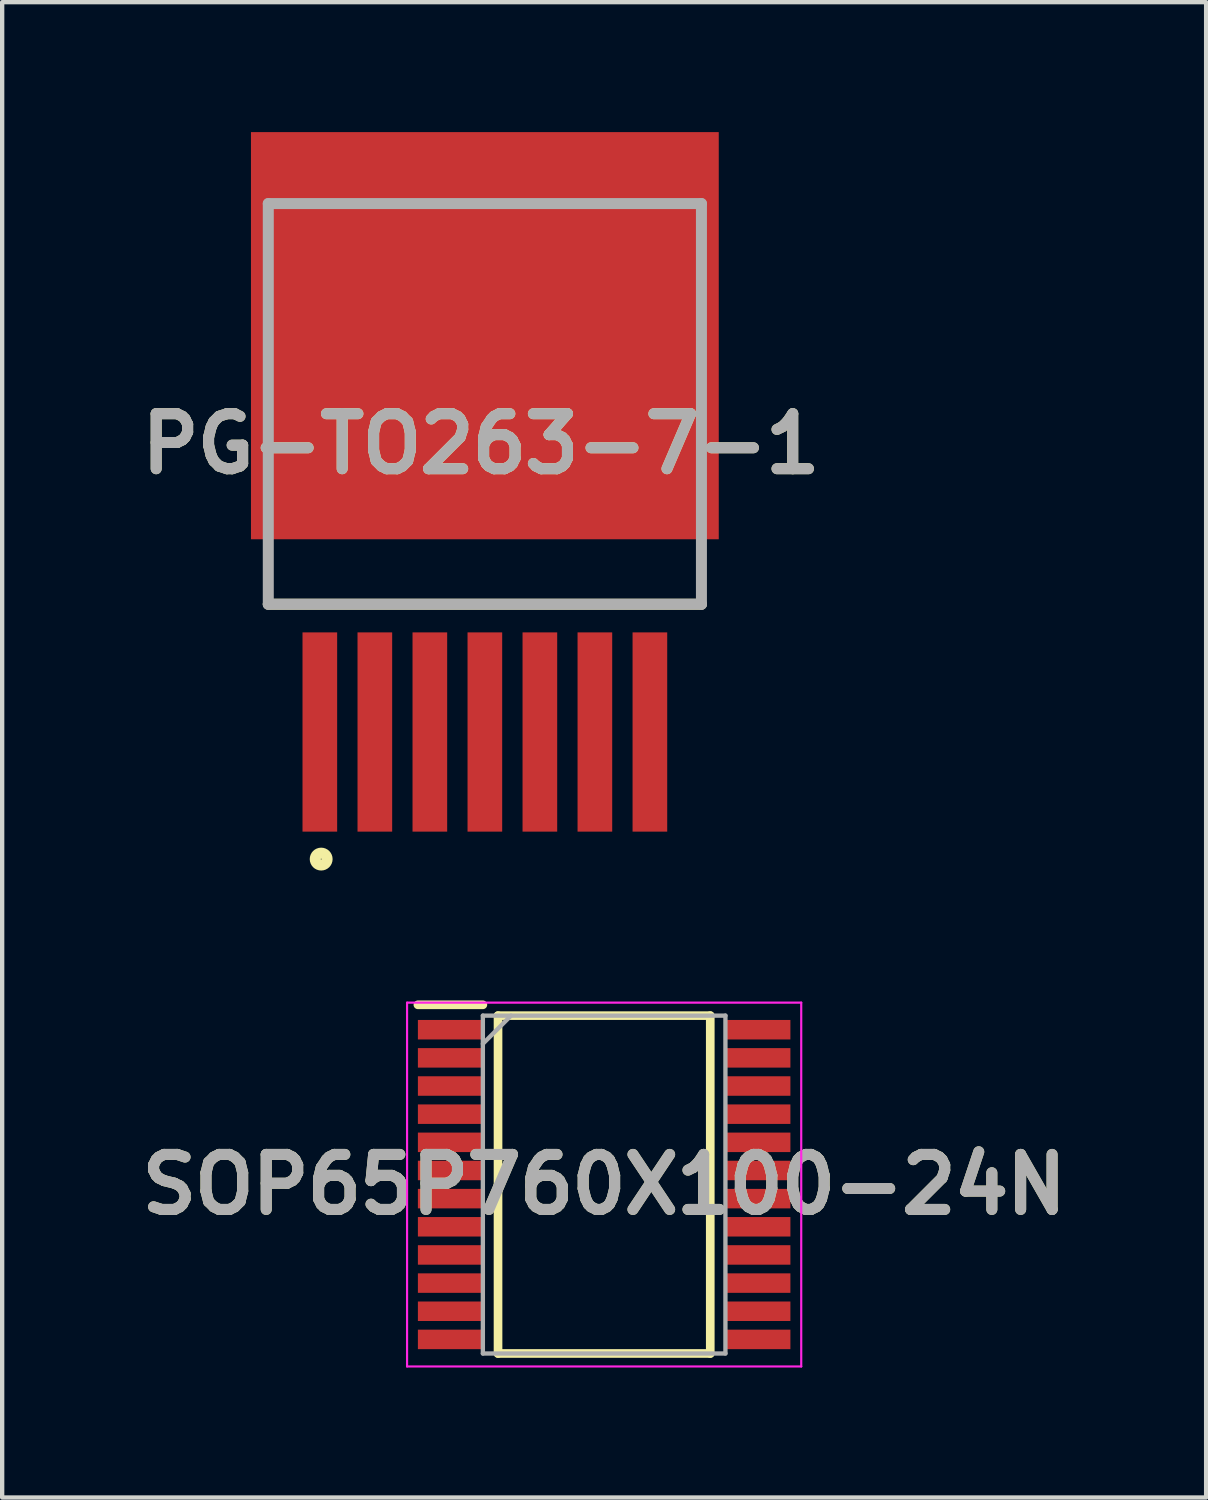
<source format=kicad_pcb>
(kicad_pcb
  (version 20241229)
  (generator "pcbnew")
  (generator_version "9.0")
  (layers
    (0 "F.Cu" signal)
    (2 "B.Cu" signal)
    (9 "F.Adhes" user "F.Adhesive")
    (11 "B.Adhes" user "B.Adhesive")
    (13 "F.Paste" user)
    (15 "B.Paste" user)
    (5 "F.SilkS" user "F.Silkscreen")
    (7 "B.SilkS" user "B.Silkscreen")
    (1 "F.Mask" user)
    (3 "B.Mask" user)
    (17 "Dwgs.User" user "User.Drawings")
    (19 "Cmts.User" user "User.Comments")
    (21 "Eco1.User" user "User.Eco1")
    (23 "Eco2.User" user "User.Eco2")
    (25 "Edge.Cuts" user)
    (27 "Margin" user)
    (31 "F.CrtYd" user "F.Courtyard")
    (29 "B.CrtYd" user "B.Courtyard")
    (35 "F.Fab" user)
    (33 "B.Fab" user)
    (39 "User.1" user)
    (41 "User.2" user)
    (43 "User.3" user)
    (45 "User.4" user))
  (footprint "SOP65P760X100-24N"
    (layer "F.Cu")
    (at 10.898 24.298)
    (property "Reference" "SOP65P760X100-24N" (at 0 0 0) (layer "F.SilkS") (effects (font (size 1.27 1.27) (thickness 0.254))))
    (attr smd)
    (fp_line (start -4.3 -4.15) (end -2.8 -4.15) (stroke (width 0.2) (type solid)) (layer "F.SilkS"))
    (fp_line (start -2.45 -3.9) (end 2.45 -3.9) (stroke (width 0.2) (type solid)) (layer "F.SilkS"))
    (fp_line (start -2.45 3.9) (end -2.45 -3.9) (stroke (width 0.2) (type solid)) (layer "F.SilkS"))
    (fp_line (start 2.45 -3.9) (end 2.45 3.9) (stroke (width 0.2) (type solid)) (layer "F.SilkS"))
    (fp_line (start 2.45 3.9) (end -2.45 3.9) (stroke (width 0.2) (type solid)) (layer "F.SilkS"))
    (fp_line (start -4.55 -4.2) (end 4.55 -4.2) (stroke (width 0.05) (type solid)) (layer "F.CrtYd"))
    (fp_line (start -4.55 4.2) (end -4.55 -4.2) (stroke (width 0.05) (type solid)) (layer "F.CrtYd"))
    (fp_line (start 4.55 -4.2) (end 4.55 4.2) (stroke (width 0.05) (type solid)) (layer "F.CrtYd"))
    (fp_line (start 4.55 4.2) (end -4.55 4.2) (stroke (width 0.05) (type solid)) (layer "F.CrtYd"))
    (fp_line (start -2.8 -3.9) (end 2.8 -3.9) (stroke (width 0.1) (type solid)) (layer "F.Fab"))
    (fp_line (start -2.8 -3.25) (end -2.15 -3.9) (stroke (width 0.1) (type solid)) (layer "F.Fab"))
    (fp_line (start -2.8 3.9) (end -2.8 -3.9) (stroke (width 0.1) (type solid)) (layer "F.Fab"))
    (fp_line (start 2.8 -3.9) (end 2.8 3.9) (stroke (width 0.1) (type solid)) (layer "F.Fab"))
    (fp_line (start 2.8 3.9) (end -2.8 3.9) (stroke (width 0.1) (type solid)) (layer "F.Fab"))
    (fp_text user "${REFERENCE}" (at 0 0 0) (layer "F.Fab") (effects (font (size 1.27 1.27) (thickness 0.254))))
    (pad "1" smd rect (at -3.55 -3.575 90) (size 0.45 1.5) (layers "F.Cu" "F.Mask" "F.Paste"))
    (pad "2" smd rect (at -3.55 -2.925 90) (size 0.45 1.5) (layers "F.Cu" "F.Mask" "F.Paste"))
    (pad "3" smd rect (at -3.55 -2.275 90) (size 0.45 1.5) (layers "F.Cu" "F.Mask" "F.Paste"))
    (pad "4" smd rect (at -3.55 -1.625 90) (size 0.45 1.5) (layers "F.Cu" "F.Mask" "F.Paste"))
    (pad "5" smd rect (at -3.55 -0.975 90) (size 0.45 1.5) (layers "F.Cu" "F.Mask" "F.Paste"))
    (pad "6" smd rect (at -3.55 -0.325 90) (size 0.45 1.5) (layers "F.Cu" "F.Mask" "F.Paste"))
    (pad "7" smd rect (at -3.55 0.325 90) (size 0.45 1.5) (layers "F.Cu" "F.Mask" "F.Paste"))
    (pad "8" smd rect (at -3.55 0.975 90) (size 0.45 1.5) (layers "F.Cu" "F.Mask" "F.Paste"))
    (pad "9" smd rect (at -3.55 1.625 90) (size 0.45 1.5) (layers "F.Cu" "F.Mask" "F.Paste"))
    (pad "10" smd rect (at -3.55 2.275 90) (size 0.45 1.5) (layers "F.Cu" "F.Mask" "F.Paste"))
    (pad "11" smd rect (at -3.55 2.925 90) (size 0.45 1.5) (layers "F.Cu" "F.Mask" "F.Paste"))
    (pad "12" smd rect (at -3.55 3.575 90) (size 0.45 1.5) (layers "F.Cu" "F.Mask" "F.Paste"))
    (pad "13" smd rect (at 3.55 3.575 90) (size 0.45 1.5) (layers "F.Cu" "F.Mask" "F.Paste"))
    (pad "14" smd rect (at 3.55 2.925 90) (size 0.45 1.5) (layers "F.Cu" "F.Mask" "F.Paste"))
    (pad "15" smd rect (at 3.55 2.275 90) (size 0.45 1.5) (layers "F.Cu" "F.Mask" "F.Paste"))
    (pad "16" smd rect (at 3.55 1.625 90) (size 0.45 1.5) (layers "F.Cu" "F.Mask" "F.Paste"))
    (pad "17" smd rect (at 3.55 0.975 90) (size 0.45 1.5) (layers "F.Cu" "F.Mask" "F.Paste"))
    (pad "18" smd rect (at 3.55 0.325 90) (size 0.45 1.5) (layers "F.Cu" "F.Mask" "F.Paste"))
    (pad "19" smd rect (at 3.55 -0.325 90) (size 0.45 1.5) (layers "F.Cu" "F.Mask" "F.Paste"))
    (pad "20" smd rect (at 3.55 -0.975 90) (size 0.45 1.5) (layers "F.Cu" "F.Mask" "F.Paste"))
    (pad "21" smd rect (at 3.55 -1.625 90) (size 0.45 1.5) (layers "F.Cu" "F.Mask" "F.Paste"))
    (pad "22" smd rect (at 3.55 -2.275 90) (size 0.45 1.5) (layers "F.Cu" "F.Mask" "F.Paste"))
    (pad "23" smd rect (at 3.55 -2.925 90) (size 0.45 1.5) (layers "F.Cu" "F.Mask" "F.Paste"))
    (pad "24" smd rect (at 3.55 -3.575 90) (size 0.45 1.5) (layers "F.Cu" "F.Mask" "F.Paste")))
  (footprint "PG-TO263-7-1"
    (layer "F.Cu")
    (at 8.144 1.65)
    (property "Reference" "PG-TO263-7-1" (at -0.089 5.547 0) (layer "F.SilkS") (effects (font (size 1.27 1.27) (thickness 0.254))))
    (attr smd)
    (fp_line (start -5 9.25) (end 5 9.25) (stroke (width 0.254) (type solid)) (layer "F.SilkS"))
    (fp_circle (center -3.779 15.134) (end -3.779 15.271) (stroke (width 0.254) (type solid)) (fill no) (layer "F.SilkS"))
    (fp_line (start -5 0) (end 5 0) (stroke (width 0.254) (type solid)) (layer "F.Fab"))
    (fp_line (start -5 9.25) (end -5 0) (stroke (width 0.254) (type solid)) (layer "F.Fab"))
    (fp_line (start 5 0) (end 5 9.25) (stroke (width 0.254) (type solid)) (layer "F.Fab"))
    (fp_line (start 5 9.25) (end -5 9.25) (stroke (width 0.254) (type solid)) (layer "F.Fab"))
    (fp_text user "${REFERENCE}" (at -0.089 5.547 0) (layer "F.Fab") (effects (font (size 1.27 1.27) (thickness 0.254))))
    (pad "1" smd rect (at -3.81 12.2) (size 0.8 4.6) (layers "F.Cu" "F.Mask" "F.Paste"))
    (pad "2" smd rect (at -2.54 12.2) (size 0.8 4.6) (layers "F.Cu" "F.Mask" "F.Paste"))
    (pad "3" smd rect (at -1.27 12.2) (size 0.8 4.6) (layers "F.Cu" "F.Mask" "F.Paste"))
    (pad "4" smd rect (at 0 12.2) (size 0.8 4.6) (layers "F.Cu" "F.Mask" "F.Paste"))
    (pad "5" smd rect (at 1.27 12.2) (size 0.8 4.6) (layers "F.Cu" "F.Mask" "F.Paste"))
    (pad "6" smd rect (at 2.54 12.2) (size 0.8 4.6) (layers "F.Cu" "F.Mask" "F.Paste"))
    (pad "7" smd rect (at 3.81 12.2) (size 0.8 4.6) (layers "F.Cu" "F.Mask" "F.Paste"))
    (pad "8" smd rect (at 0 3.05 90) (size 9.4 10.8) (layers "F.Cu" "F.Mask" "F.Paste")))
  (gr_rect
    (start -3 -3)
    (end 24.796 31.523)
    (stroke (width 0.1) (type default))
    (fill no)
    (layer "Edge.Cuts")))
</source>
